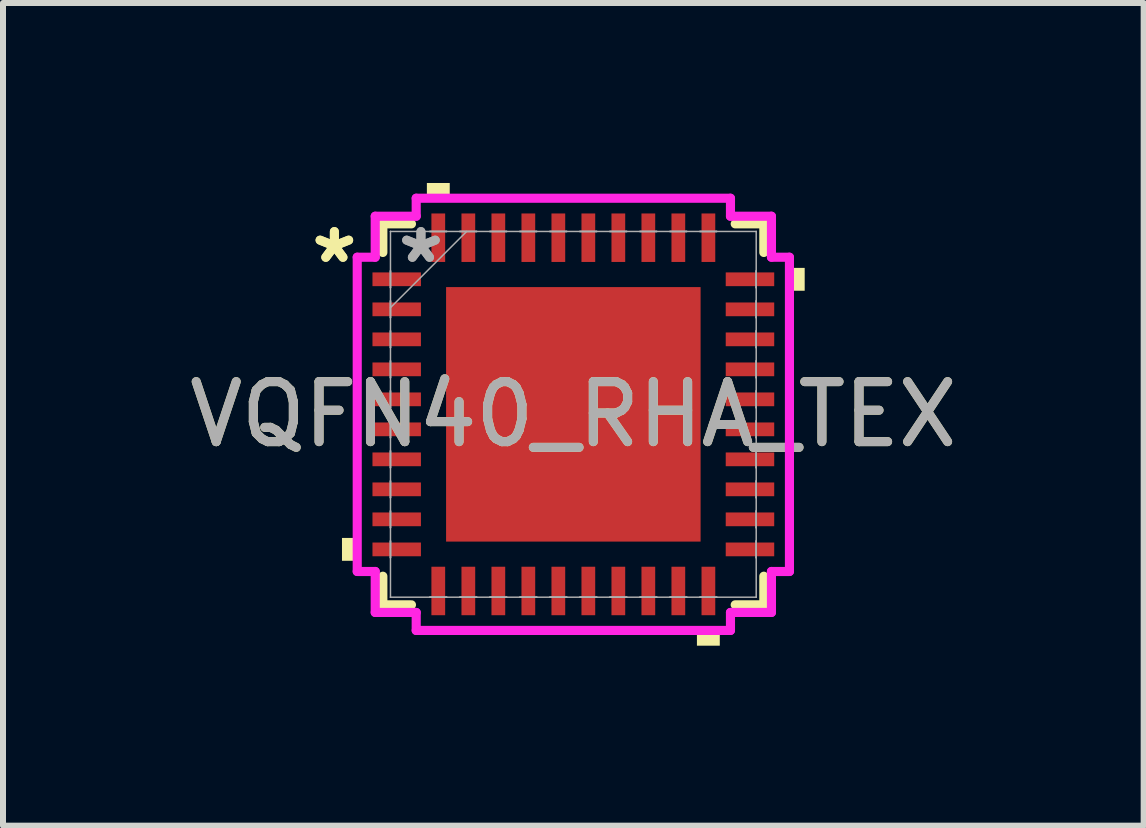
<source format=kicad_pcb>
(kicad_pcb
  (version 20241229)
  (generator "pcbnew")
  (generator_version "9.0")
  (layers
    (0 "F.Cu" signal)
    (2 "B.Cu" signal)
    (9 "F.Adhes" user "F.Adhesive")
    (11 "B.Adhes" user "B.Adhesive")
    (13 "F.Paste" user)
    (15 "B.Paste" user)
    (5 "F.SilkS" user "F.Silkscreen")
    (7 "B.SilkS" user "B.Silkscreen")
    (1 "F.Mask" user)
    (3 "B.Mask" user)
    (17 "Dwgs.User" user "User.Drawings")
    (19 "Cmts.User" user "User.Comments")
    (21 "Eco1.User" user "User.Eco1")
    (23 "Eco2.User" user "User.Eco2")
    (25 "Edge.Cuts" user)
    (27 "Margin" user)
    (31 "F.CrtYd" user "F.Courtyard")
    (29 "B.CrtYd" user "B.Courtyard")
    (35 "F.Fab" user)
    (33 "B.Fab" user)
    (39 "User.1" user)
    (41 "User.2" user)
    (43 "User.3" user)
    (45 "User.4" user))
  (footprint "VQFN40_RHA_TEX"
    (layer "F.Cu")
    (at 6.506 3.856)
    (property "Reference" "VQFN40_RHA_TEX" (at 0 0 0) (unlocked yes) (layer "F.SilkS") (effects (font (size 1 1) (thickness 0.15))))
    (attr smd)
    (fp_line (start -3.175 -3.175) (end -3.175 -2.698) (stroke (width 0.152) (type solid)) (layer "F.SilkS"))
    (fp_line (start -3.175 2.698) (end -3.175 3.175) (stroke (width 0.152) (type solid)) (layer "F.SilkS"))
    (fp_line (start -3.175 3.175) (end -2.698 3.175) (stroke (width 0.152) (type solid)) (layer "F.SilkS"))
    (fp_line (start -2.698 -3.175) (end -3.175 -3.175) (stroke (width 0.152) (type solid)) (layer "F.SilkS"))
    (fp_line (start 2.698 3.175) (end 3.175 3.175) (stroke (width 0.152) (type solid)) (layer "F.SilkS"))
    (fp_line (start 3.175 -3.175) (end 2.698 -3.175) (stroke (width 0.152) (type solid)) (layer "F.SilkS"))
    (fp_line (start 3.175 -2.698) (end 3.175 -3.175) (stroke (width 0.152) (type solid)) (layer "F.SilkS"))
    (fp_line (start 3.175 3.175) (end 3.175 2.698) (stroke (width 0.152) (type solid)) (layer "F.SilkS"))
    (fp_poly (pts (xy -3.856 2.06) (xy -3.856 2.441) (xy -3.602 2.441) (xy -3.602 2.06)) (stroke (width 0) (type solid)) (fill yes) (layer "F.SilkS"))
    (fp_poly (pts (xy -2.441 -3.602) (xy -2.441 -3.856) (xy -2.06 -3.856) (xy -2.06 -3.602)) (stroke (width 0) (type solid)) (fill yes) (layer "F.SilkS"))
    (fp_poly (pts (xy 2.06 3.602) (xy 2.06 3.856) (xy 2.441 3.856) (xy 2.441 3.602)) (stroke (width 0) (type solid)) (fill yes) (layer "F.SilkS"))
    (fp_poly (pts (xy 3.856 -2.441) (xy 3.856 -2.06) (xy 3.602 -2.06) (xy 3.602 -2.441)) (stroke (width 0) (type solid)) (fill yes) (layer "F.SilkS"))
    (fp_poly (pts (xy -2.021 -2.021) (xy -2.021 -0.807) (xy -0.807 -0.807) (xy -0.807 -2.021)) (stroke (width 0) (type solid)) (fill yes) (layer "F.Paste"))
    (fp_poly (pts (xy -2.021 -0.607) (xy -2.021 0.607) (xy -0.807 0.607) (xy -0.807 -0.607)) (stroke (width 0) (type solid)) (fill yes) (layer "F.Paste"))
    (fp_poly (pts (xy -2.021 0.807) (xy -2.021 2.021) (xy -0.807 2.021) (xy -0.807 0.807)) (stroke (width 0) (type solid)) (fill yes) (layer "F.Paste"))
    (fp_poly (pts (xy -0.607 -2.021) (xy -0.607 -0.807) (xy 0.607 -0.807) (xy 0.607 -2.021)) (stroke (width 0) (type solid)) (fill yes) (layer "F.Paste"))
    (fp_poly (pts (xy -0.607 -0.607) (xy -0.607 0.607) (xy 0.607 0.607) (xy 0.607 -0.607)) (stroke (width 0) (type solid)) (fill yes) (layer "F.Paste"))
    (fp_poly (pts (xy -0.607 0.807) (xy -0.607 2.021) (xy 0.607 2.021) (xy 0.607 0.807)) (stroke (width 0) (type solid)) (fill yes) (layer "F.Paste"))
    (fp_poly (pts (xy 0.807 -2.021) (xy 0.807 -0.807) (xy 2.021 -0.807) (xy 2.021 -2.021)) (stroke (width 0) (type solid)) (fill yes) (layer "F.Paste"))
    (fp_poly (pts (xy 0.807 -0.607) (xy 0.807 0.607) (xy 2.021 0.607) (xy 2.021 -0.607)) (stroke (width 0) (type solid)) (fill yes) (layer "F.Paste"))
    (fp_poly (pts (xy 0.807 0.807) (xy 0.807 2.021) (xy 2.021 2.021) (xy 2.021 0.807)) (stroke (width 0) (type solid)) (fill yes) (layer "F.Paste"))
    (fp_line (start -3.602 -2.619) (end -3.302 -2.619) (stroke (width 0.152) (type solid)) (layer "F.CrtYd"))
    (fp_line (start -3.602 2.619) (end -3.602 -2.619) (stroke (width 0.152) (type solid)) (layer "F.CrtYd"))
    (fp_line (start -3.302 -3.302) (end -2.619 -3.302) (stroke (width 0.152) (type solid)) (layer "F.CrtYd"))
    (fp_line (start -3.302 -2.619) (end -3.302 -3.302) (stroke (width 0.152) (type solid)) (layer "F.CrtYd"))
    (fp_line (start -3.302 2.619) (end -3.602 2.619) (stroke (width 0.152) (type solid)) (layer "F.CrtYd"))
    (fp_line (start -3.302 3.302) (end -3.302 2.619) (stroke (width 0.152) (type solid)) (layer "F.CrtYd"))
    (fp_line (start -2.619 -3.602) (end 2.619 -3.602) (stroke (width 0.152) (type solid)) (layer "F.CrtYd"))
    (fp_line (start -2.619 -3.302) (end -2.619 -3.602) (stroke (width 0.152) (type solid)) (layer "F.CrtYd"))
    (fp_line (start -2.619 3.302) (end -3.302 3.302) (stroke (width 0.152) (type solid)) (layer "F.CrtYd"))
    (fp_line (start -2.619 3.602) (end -2.619 3.302) (stroke (width 0.152) (type solid)) (layer "F.CrtYd"))
    (fp_line (start 2.619 -3.602) (end 2.619 -3.302) (stroke (width 0.152) (type solid)) (layer "F.CrtYd"))
    (fp_line (start 2.619 -3.302) (end 3.302 -3.302) (stroke (width 0.152) (type solid)) (layer "F.CrtYd"))
    (fp_line (start 2.619 3.302) (end 2.619 3.602) (stroke (width 0.152) (type solid)) (layer "F.CrtYd"))
    (fp_line (start 2.619 3.602) (end -2.619 3.602) (stroke (width 0.152) (type solid)) (layer "F.CrtYd"))
    (fp_line (start 3.302 -3.302) (end 3.302 -2.619) (stroke (width 0.152) (type solid)) (layer "F.CrtYd"))
    (fp_line (start 3.302 -2.619) (end 3.602 -2.619) (stroke (width 0.152) (type solid)) (layer "F.CrtYd"))
    (fp_line (start 3.302 2.619) (end 3.302 3.302) (stroke (width 0.152) (type solid)) (layer "F.CrtYd"))
    (fp_line (start 3.302 3.302) (end 2.619 3.302) (stroke (width 0.152) (type solid)) (layer "F.CrtYd"))
    (fp_line (start 3.602 -2.619) (end 3.602 2.619) (stroke (width 0.152) (type solid)) (layer "F.CrtYd"))
    (fp_line (start 3.602 2.619) (end 3.302 2.619) (stroke (width 0.152) (type solid)) (layer "F.CrtYd"))
    (fp_line (start -3.048 -3.048) (end -3.048 -3.048) (stroke (width 0.025) (type solid)) (layer "F.Fab"))
    (fp_line (start -3.048 -3.048) (end -3.048 3.048) (stroke (width 0.025) (type solid)) (layer "F.Fab"))
    (fp_line (start -3.048 -2.39) (end -3.048 -2.39) (stroke (width 0.025) (type solid)) (layer "F.Fab"))
    (fp_line (start -3.048 -2.39) (end -3.048 -2.111) (stroke (width 0.025) (type solid)) (layer "F.Fab"))
    (fp_line (start -3.048 -2.111) (end -3.048 -2.39) (stroke (width 0.025) (type solid)) (layer "F.Fab"))
    (fp_line (start -3.048 -2.111) (end -3.048 -2.111) (stroke (width 0.025) (type solid)) (layer "F.Fab"))
    (fp_line (start -3.048 -1.89) (end -3.048 -1.89) (stroke (width 0.025) (type solid)) (layer "F.Fab"))
    (fp_line (start -3.048 -1.89) (end -3.048 -1.611) (stroke (width 0.025) (type solid)) (layer "F.Fab"))
    (fp_line (start -3.048 -1.778) (end -1.778 -3.048) (stroke (width 0.025) (type solid)) (layer "F.Fab"))
    (fp_line (start -3.048 -1.611) (end -3.048 -1.89) (stroke (width 0.025) (type solid)) (layer "F.Fab"))
    (fp_line (start -3.048 -1.611) (end -3.048 -1.611) (stroke (width 0.025) (type solid)) (layer "F.Fab"))
    (fp_line (start -3.048 -1.39) (end -3.048 -1.39) (stroke (width 0.025) (type solid)) (layer "F.Fab"))
    (fp_line (start -3.048 -1.39) (end -3.048 -1.111) (stroke (width 0.025) (type solid)) (layer "F.Fab"))
    (fp_line (start -3.048 -1.111) (end -3.048 -1.39) (stroke (width 0.025) (type solid)) (layer "F.Fab"))
    (fp_line (start -3.048 -1.111) (end -3.048 -1.111) (stroke (width 0.025) (type solid)) (layer "F.Fab"))
    (fp_line (start -3.048 -0.89) (end -3.048 -0.89) (stroke (width 0.025) (type solid)) (layer "F.Fab"))
    (fp_line (start -3.048 -0.89) (end -3.048 -0.61) (stroke (width 0.025) (type solid)) (layer "F.Fab"))
    (fp_line (start -3.048 -0.61) (end -3.048 -0.89) (stroke (width 0.025) (type solid)) (layer "F.Fab"))
    (fp_line (start -3.048 -0.61) (end -3.048 -0.61) (stroke (width 0.025) (type solid)) (layer "F.Fab"))
    (fp_line (start -3.048 -0.39) (end -3.048 -0.39) (stroke (width 0.025) (type solid)) (layer "F.Fab"))
    (fp_line (start -3.048 -0.39) (end -3.048 -0.11) (stroke (width 0.025) (type solid)) (layer "F.Fab"))
    (fp_line (start -3.048 -0.11) (end -3.048 -0.39) (stroke (width 0.025) (type solid)) (layer "F.Fab"))
    (fp_line (start -3.048 -0.11) (end -3.048 -0.11) (stroke (width 0.025) (type solid)) (layer "F.Fab"))
    (fp_line (start -3.048 0.11) (end -3.048 0.11) (stroke (width 0.025) (type solid)) (layer "F.Fab"))
    (fp_line (start -3.048 0.11) (end -3.048 0.39) (stroke (width 0.025) (type solid)) (layer "F.Fab"))
    (fp_line (start -3.048 0.39) (end -3.048 0.11) (stroke (width 0.025) (type solid)) (layer "F.Fab"))
    (fp_line (start -3.048 0.39) (end -3.048 0.39) (stroke (width 0.025) (type solid)) (layer "F.Fab"))
    (fp_line (start -3.048 0.61) (end -3.048 0.61) (stroke (width 0.025) (type solid)) (layer "F.Fab"))
    (fp_line (start -3.048 0.61) (end -3.048 0.89) (stroke (width 0.025) (type solid)) (layer "F.Fab"))
    (fp_line (start -3.048 0.89) (end -3.048 0.61) (stroke (width 0.025) (type solid)) (layer "F.Fab"))
    (fp_line (start -3.048 0.89) (end -3.048 0.89) (stroke (width 0.025) (type solid)) (layer "F.Fab"))
    (fp_line (start -3.048 1.111) (end -3.048 1.111) (stroke (width 0.025) (type solid)) (layer "F.Fab"))
    (fp_line (start -3.048 1.111) (end -3.048 1.39) (stroke (width 0.025) (type solid)) (layer "F.Fab"))
    (fp_line (start -3.048 1.39) (end -3.048 1.111) (stroke (width 0.025) (type solid)) (layer "F.Fab"))
    (fp_line (start -3.048 1.39) (end -3.048 1.39) (stroke (width 0.025) (type solid)) (layer "F.Fab"))
    (fp_line (start -3.048 1.611) (end -3.048 1.611) (stroke (width 0.025) (type solid)) (layer "F.Fab"))
    (fp_line (start -3.048 1.611) (end -3.048 1.89) (stroke (width 0.025) (type solid)) (layer "F.Fab"))
    (fp_line (start -3.048 1.89) (end -3.048 1.611) (stroke (width 0.025) (type solid)) (layer "F.Fab"))
    (fp_line (start -3.048 1.89) (end -3.048 1.89) (stroke (width 0.025) (type solid)) (layer "F.Fab"))
    (fp_line (start -3.048 2.111) (end -3.048 2.111) (stroke (width 0.025) (type solid)) (layer "F.Fab"))
    (fp_line (start -3.048 2.111) (end -3.048 2.39) (stroke (width 0.025) (type solid)) (layer "F.Fab"))
    (fp_line (start -3.048 2.39) (end -3.048 2.111) (stroke (width 0.025) (type solid)) (layer "F.Fab"))
    (fp_line (start -3.048 2.39) (end -3.048 2.39) (stroke (width 0.025) (type solid)) (layer "F.Fab"))
    (fp_line (start -3.048 3.048) (end -3.048 3.048) (stroke (width 0.025) (type solid)) (layer "F.Fab"))
    (fp_line (start -3.048 3.048) (end 3.048 3.048) (stroke (width 0.025) (type solid)) (layer "F.Fab"))
    (fp_line (start -2.39 -3.048) (end -2.39 -3.048) (stroke (width 0.025) (type solid)) (layer "F.Fab"))
    (fp_line (start -2.39 -3.048) (end -2.111 -3.048) (stroke (width 0.025) (type solid)) (layer "F.Fab"))
    (fp_line (start -2.39 3.048) (end -2.39 3.048) (stroke (width 0.025) (type solid)) (layer "F.Fab"))
    (fp_line (start -2.39 3.048) (end -2.111 3.048) (stroke (width 0.025) (type solid)) (layer "F.Fab"))
    (fp_line (start -2.111 -3.048) (end -2.39 -3.048) (stroke (width 0.025) (type solid)) (layer "F.Fab"))
    (fp_line (start -2.111 -3.048) (end -2.111 -3.048) (stroke (width 0.025) (type solid)) (layer "F.Fab"))
    (fp_line (start -2.111 3.048) (end -2.39 3.048) (stroke (width 0.025) (type solid)) (layer "F.Fab"))
    (fp_line (start -2.111 3.048) (end -2.111 3.048) (stroke (width 0.025) (type solid)) (layer "F.Fab"))
    (fp_line (start -1.89 -3.048) (end -1.89 -3.048) (stroke (width 0.025) (type solid)) (layer "F.Fab"))
    (fp_line (start -1.89 -3.048) (end -1.611 -3.048) (stroke (width 0.025) (type solid)) (layer "F.Fab"))
    (fp_line (start -1.89 3.048) (end -1.89 3.048) (stroke (width 0.025) (type solid)) (layer "F.Fab"))
    (fp_line (start -1.89 3.048) (end -1.611 3.048) (stroke (width 0.025) (type solid)) (layer "F.Fab"))
    (fp_line (start -1.611 -3.048) (end -1.89 -3.048) (stroke (width 0.025) (type solid)) (layer "F.Fab"))
    (fp_line (start -1.611 -3.048) (end -1.611 -3.048) (stroke (width 0.025) (type solid)) (layer "F.Fab"))
    (fp_line (start -1.611 3.048) (end -1.89 3.048) (stroke (width 0.025) (type solid)) (layer "F.Fab"))
    (fp_line (start -1.611 3.048) (end -1.611 3.048) (stroke (width 0.025) (type solid)) (layer "F.Fab"))
    (fp_line (start -1.39 -3.048) (end -1.39 -3.048) (stroke (width 0.025) (type solid)) (layer "F.Fab"))
    (fp_line (start -1.39 -3.048) (end -1.111 -3.048) (stroke (width 0.025) (type solid)) (layer "F.Fab"))
    (fp_line (start -1.39 3.048) (end -1.39 3.048) (stroke (width 0.025) (type solid)) (layer "F.Fab"))
    (fp_line (start -1.39 3.048) (end -1.111 3.048) (stroke (width 0.025) (type solid)) (layer "F.Fab"))
    (fp_line (start -1.111 -3.048) (end -1.39 -3.048) (stroke (width 0.025) (type solid)) (layer "F.Fab"))
    (fp_line (start -1.111 -3.048) (end -1.111 -3.048) (stroke (width 0.025) (type solid)) (layer "F.Fab"))
    (fp_line (start -1.111 3.048) (end -1.39 3.048) (stroke (width 0.025) (type solid)) (layer "F.Fab"))
    (fp_line (start -1.111 3.048) (end -1.111 3.048) (stroke (width 0.025) (type solid)) (layer "F.Fab"))
    (fp_line (start -0.89 -3.048) (end -0.89 -3.048) (stroke (width 0.025) (type solid)) (layer "F.Fab"))
    (fp_line (start -0.89 -3.048) (end -0.61 -3.048) (stroke (width 0.025) (type solid)) (layer "F.Fab"))
    (fp_line (start -0.89 3.048) (end -0.89 3.048) (stroke (width 0.025) (type solid)) (layer "F.Fab"))
    (fp_line (start -0.89 3.048) (end -0.61 3.048) (stroke (width 0.025) (type solid)) (layer "F.Fab"))
    (fp_line (start -0.61 -3.048) (end -0.89 -3.048) (stroke (width 0.025) (type solid)) (layer "F.Fab"))
    (fp_line (start -0.61 -3.048) (end -0.61 -3.048) (stroke (width 0.025) (type solid)) (layer "F.Fab"))
    (fp_line (start -0.61 3.048) (end -0.89 3.048) (stroke (width 0.025) (type solid)) (layer "F.Fab"))
    (fp_line (start -0.61 3.048) (end -0.61 3.048) (stroke (width 0.025) (type solid)) (layer "F.Fab"))
    (fp_line (start -0.39 -3.048) (end -0.39 -3.048) (stroke (width 0.025) (type solid)) (layer "F.Fab"))
    (fp_line (start -0.39 -3.048) (end -0.11 -3.048) (stroke (width 0.025) (type solid)) (layer "F.Fab"))
    (fp_line (start -0.39 3.048) (end -0.39 3.048) (stroke (width 0.025) (type solid)) (layer "F.Fab"))
    (fp_line (start -0.39 3.048) (end -0.11 3.048) (stroke (width 0.025) (type solid)) (layer "F.Fab"))
    (fp_line (start -0.11 -3.048) (end -0.39 -3.048) (stroke (width 0.025) (type solid)) (layer "F.Fab"))
    (fp_line (start -0.11 -3.048) (end -0.11 -3.048) (stroke (width 0.025) (type solid)) (layer "F.Fab"))
    (fp_line (start -0.11 3.048) (end -0.39 3.048) (stroke (width 0.025) (type solid)) (layer "F.Fab"))
    (fp_line (start -0.11 3.048) (end -0.11 3.048) (stroke (width 0.025) (type solid)) (layer "F.Fab"))
    (fp_line (start 0.11 -3.048) (end 0.11 -3.048) (stroke (width 0.025) (type solid)) (layer "F.Fab"))
    (fp_line (start 0.11 -3.048) (end 0.39 -3.048) (stroke (width 0.025) (type solid)) (layer "F.Fab"))
    (fp_line (start 0.11 3.048) (end 0.11 3.048) (stroke (width 0.025) (type solid)) (layer "F.Fab"))
    (fp_line (start 0.11 3.048) (end 0.39 3.048) (stroke (width 0.025) (type solid)) (layer "F.Fab"))
    (fp_line (start 0.39 -3.048) (end 0.11 -3.048) (stroke (width 0.025) (type solid)) (layer "F.Fab"))
    (fp_line (start 0.39 -3.048) (end 0.39 -3.048) (stroke (width 0.025) (type solid)) (layer "F.Fab"))
    (fp_line (start 0.39 3.048) (end 0.11 3.048) (stroke (width 0.025) (type solid)) (layer "F.Fab"))
    (fp_line (start 0.39 3.048) (end 0.39 3.048) (stroke (width 0.025) (type solid)) (layer "F.Fab"))
    (fp_line (start 0.61 -3.048) (end 0.61 -3.048) (stroke (width 0.025) (type solid)) (layer "F.Fab"))
    (fp_line (start 0.61 -3.048) (end 0.89 -3.048) (stroke (width 0.025) (type solid)) (layer "F.Fab"))
    (fp_line (start 0.61 3.048) (end 0.61 3.048) (stroke (width 0.025) (type solid)) (layer "F.Fab"))
    (fp_line (start 0.61 3.048) (end 0.89 3.048) (stroke (width 0.025) (type solid)) (layer "F.Fab"))
    (fp_line (start 0.89 -3.048) (end 0.61 -3.048) (stroke (width 0.025) (type solid)) (layer "F.Fab"))
    (fp_line (start 0.89 -3.048) (end 0.89 -3.048) (stroke (width 0.025) (type solid)) (layer "F.Fab"))
    (fp_line (start 0.89 3.048) (end 0.61 3.048) (stroke (width 0.025) (type solid)) (layer "F.Fab"))
    (fp_line (start 0.89 3.048) (end 0.89 3.048) (stroke (width 0.025) (type solid)) (layer "F.Fab"))
    (fp_line (start 1.111 -3.048) (end 1.111 -3.048) (stroke (width 0.025) (type solid)) (layer "F.Fab"))
    (fp_line (start 1.111 -3.048) (end 1.39 -3.048) (stroke (width 0.025) (type solid)) (layer "F.Fab"))
    (fp_line (start 1.111 3.048) (end 1.111 3.048) (stroke (width 0.025) (type solid)) (layer "F.Fab"))
    (fp_line (start 1.111 3.048) (end 1.39 3.048) (stroke (width 0.025) (type solid)) (layer "F.Fab"))
    (fp_line (start 1.39 -3.048) (end 1.111 -3.048) (stroke (width 0.025) (type solid)) (layer "F.Fab"))
    (fp_line (start 1.39 -3.048) (end 1.39 -3.048) (stroke (width 0.025) (type solid)) (layer "F.Fab"))
    (fp_line (start 1.39 3.048) (end 1.111 3.048) (stroke (width 0.025) (type solid)) (layer "F.Fab"))
    (fp_line (start 1.39 3.048) (end 1.39 3.048) (stroke (width 0.025) (type solid)) (layer "F.Fab"))
    (fp_line (start 1.611 -3.048) (end 1.611 -3.048) (stroke (width 0.025) (type solid)) (layer "F.Fab"))
    (fp_line (start 1.611 -3.048) (end 1.89 -3.048) (stroke (width 0.025) (type solid)) (layer "F.Fab"))
    (fp_line (start 1.611 3.048) (end 1.611 3.048) (stroke (width 0.025) (type solid)) (layer "F.Fab"))
    (fp_line (start 1.611 3.048) (end 1.89 3.048) (stroke (width 0.025) (type solid)) (layer "F.Fab"))
    (fp_line (start 1.89 -3.048) (end 1.611 -3.048) (stroke (width 0.025) (type solid)) (layer "F.Fab"))
    (fp_line (start 1.89 -3.048) (end 1.89 -3.048) (stroke (width 0.025) (type solid)) (layer "F.Fab"))
    (fp_line (start 1.89 3.048) (end 1.611 3.048) (stroke (width 0.025) (type solid)) (layer "F.Fab"))
    (fp_line (start 1.89 3.048) (end 1.89 3.048) (stroke (width 0.025) (type solid)) (layer "F.Fab"))
    (fp_line (start 2.111 -3.048) (end 2.111 -3.048) (stroke (width 0.025) (type solid)) (layer "F.Fab"))
    (fp_line (start 2.111 -3.048) (end 2.39 -3.048) (stroke (width 0.025) (type solid)) (layer "F.Fab"))
    (fp_line (start 2.111 3.048) (end 2.111 3.048) (stroke (width 0.025) (type solid)) (layer "F.Fab"))
    (fp_line (start 2.111 3.048) (end 2.39 3.048) (stroke (width 0.025) (type solid)) (layer "F.Fab"))
    (fp_line (start 2.39 -3.048) (end 2.111 -3.048) (stroke (width 0.025) (type solid)) (layer "F.Fab"))
    (fp_line (start 2.39 -3.048) (end 2.39 -3.048) (stroke (width 0.025) (type solid)) (layer "F.Fab"))
    (fp_line (start 2.39 3.048) (end 2.111 3.048) (stroke (width 0.025) (type solid)) (layer "F.Fab"))
    (fp_line (start 2.39 3.048) (end 2.39 3.048) (stroke (width 0.025) (type solid)) (layer "F.Fab"))
    (fp_line (start 3.048 -3.048) (end -3.048 -3.048) (stroke (width 0.025) (type solid)) (layer "F.Fab"))
    (fp_line (start 3.048 -3.048) (end 3.048 -3.048) (stroke (width 0.025) (type solid)) (layer "F.Fab"))
    (fp_line (start 3.048 -2.39) (end 3.048 -2.39) (stroke (width 0.025) (type solid)) (layer "F.Fab"))
    (fp_line (start 3.048 -2.39) (end 3.048 -2.111) (stroke (width 0.025) (type solid)) (layer "F.Fab"))
    (fp_line (start 3.048 -2.111) (end 3.048 -2.39) (stroke (width 0.025) (type solid)) (layer "F.Fab"))
    (fp_line (start 3.048 -2.111) (end 3.048 -2.111) (stroke (width 0.025) (type solid)) (layer "F.Fab"))
    (fp_line (start 3.048 -1.89) (end 3.048 -1.89) (stroke (width 0.025) (type solid)) (layer "F.Fab"))
    (fp_line (start 3.048 -1.89) (end 3.048 -1.611) (stroke (width 0.025) (type solid)) (layer "F.Fab"))
    (fp_line (start 3.048 -1.611) (end 3.048 -1.89) (stroke (width 0.025) (type solid)) (layer "F.Fab"))
    (fp_line (start 3.048 -1.611) (end 3.048 -1.611) (stroke (width 0.025) (type solid)) (layer "F.Fab"))
    (fp_line (start 3.048 -1.39) (end 3.048 -1.39) (stroke (width 0.025) (type solid)) (layer "F.Fab"))
    (fp_line (start 3.048 -1.39) (end 3.048 -1.111) (stroke (width 0.025) (type solid)) (layer "F.Fab"))
    (fp_line (start 3.048 -1.111) (end 3.048 -1.39) (stroke (width 0.025) (type solid)) (layer "F.Fab"))
    (fp_line (start 3.048 -1.111) (end 3.048 -1.111) (stroke (width 0.025) (type solid)) (layer "F.Fab"))
    (fp_line (start 3.048 -0.89) (end 3.048 -0.89) (stroke (width 0.025) (type solid)) (layer "F.Fab"))
    (fp_line (start 3.048 -0.89) (end 3.048 -0.61) (stroke (width 0.025) (type solid)) (layer "F.Fab"))
    (fp_line (start 3.048 -0.61) (end 3.048 -0.89) (stroke (width 0.025) (type solid)) (layer "F.Fab"))
    (fp_line (start 3.048 -0.61) (end 3.048 -0.61) (stroke (width 0.025) (type solid)) (layer "F.Fab"))
    (fp_line (start 3.048 -0.39) (end 3.048 -0.39) (stroke (width 0.025) (type solid)) (layer "F.Fab"))
    (fp_line (start 3.048 -0.39) (end 3.048 -0.11) (stroke (width 0.025) (type solid)) (layer "F.Fab"))
    (fp_line (start 3.048 -0.11) (end 3.048 -0.39) (stroke (width 0.025) (type solid)) (layer "F.Fab"))
    (fp_line (start 3.048 -0.11) (end 3.048 -0.11) (stroke (width 0.025) (type solid)) (layer "F.Fab"))
    (fp_line (start 3.048 0.11) (end 3.048 0.11) (stroke (width 0.025) (type solid)) (layer "F.Fab"))
    (fp_line (start 3.048 0.11) (end 3.048 0.39) (stroke (width 0.025) (type solid)) (layer "F.Fab"))
    (fp_line (start 3.048 0.39) (end 3.048 0.11) (stroke (width 0.025) (type solid)) (layer "F.Fab"))
    (fp_line (start 3.048 0.39) (end 3.048 0.39) (stroke (width 0.025) (type solid)) (layer "F.Fab"))
    (fp_line (start 3.048 0.61) (end 3.048 0.61) (stroke (width 0.025) (type solid)) (layer "F.Fab"))
    (fp_line (start 3.048 0.61) (end 3.048 0.89) (stroke (width 0.025) (type solid)) (layer "F.Fab"))
    (fp_line (start 3.048 0.89) (end 3.048 0.61) (stroke (width 0.025) (type solid)) (layer "F.Fab"))
    (fp_line (start 3.048 0.89) (end 3.048 0.89) (stroke (width 0.025) (type solid)) (layer "F.Fab"))
    (fp_line (start 3.048 1.111) (end 3.048 1.111) (stroke (width 0.025) (type solid)) (layer "F.Fab"))
    (fp_line (start 3.048 1.111) (end 3.048 1.39) (stroke (width 0.025) (type solid)) (layer "F.Fab"))
    (fp_line (start 3.048 1.39) (end 3.048 1.111) (stroke (width 0.025) (type solid)) (layer "F.Fab"))
    (fp_line (start 3.048 1.39) (end 3.048 1.39) (stroke (width 0.025) (type solid)) (layer "F.Fab"))
    (fp_line (start 3.048 1.611) (end 3.048 1.611) (stroke (width 0.025) (type solid)) (layer "F.Fab"))
    (fp_line (start 3.048 1.611) (end 3.048 1.89) (stroke (width 0.025) (type solid)) (layer "F.Fab"))
    (fp_line (start 3.048 1.89) (end 3.048 1.611) (stroke (width 0.025) (type solid)) (layer "F.Fab"))
    (fp_line (start 3.048 1.89) (end 3.048 1.89) (stroke (width 0.025) (type solid)) (layer "F.Fab"))
    (fp_line (start 3.048 2.111) (end 3.048 2.111) (stroke (width 0.025) (type solid)) (layer "F.Fab"))
    (fp_line (start 3.048 2.111) (end 3.048 2.39) (stroke (width 0.025) (type solid)) (layer "F.Fab"))
    (fp_line (start 3.048 2.39) (end 3.048 2.111) (stroke (width 0.025) (type solid)) (layer "F.Fab"))
    (fp_line (start 3.048 2.39) (end 3.048 2.39) (stroke (width 0.025) (type solid)) (layer "F.Fab"))
    (fp_line (start 3.048 3.048) (end 3.048 -3.048) (stroke (width 0.025) (type solid)) (layer "F.Fab"))
    (fp_line (start 3.048 3.048) (end 3.048 3.048) (stroke (width 0.025) (type solid)) (layer "F.Fab"))
    (fp_text user "*" (at -3.983 -2.501 0) (unlocked yes) (layer "F.SilkS") (effects (font (size 1 1) (thickness 0.15))))
    (fp_text user "*" (at -3.983 -2.501 0) (layer "F.SilkS") (effects (font (size 1 1) (thickness 0.15))))
    (fp_text user "*" (at -2.54 -2.501 0) (layer "F.Fab") (effects (font (size 1 1) (thickness 0.15))))
    (fp_text user "*" (at -2.54 -2.501 0) (unlocked yes) (layer "F.Fab") (effects (font (size 1 1) (thickness 0.15))))
    (fp_text user "${REFERENCE}" (at 0 0 0) (unlocked yes) (layer "F.Fab") (effects (font (size 1 1) (thickness 0.15))))
    (pad "1" smd rect (at -2.944 -2.251 90) (size 0.229 0.808) (layers "F.Cu" "F.Mask" "F.Paste"))
    (pad "2" smd rect (at -2.944 -1.75 90) (size 0.229 0.808) (layers "F.Cu" "F.Mask" "F.Paste"))
    (pad "3" smd rect (at -2.944 -1.25 90) (size 0.229 0.808) (layers "F.Cu" "F.Mask" "F.Paste"))
    (pad "4" smd rect (at -2.944 -0.75 90) (size 0.229 0.808) (layers "F.Cu" "F.Mask" "F.Paste"))
    (pad "5" smd rect (at -2.944 -0.25 90) (size 0.229 0.808) (layers "F.Cu" "F.Mask" "F.Paste"))
    (pad "6" smd rect (at -2.944 0.25 90) (size 0.229 0.808) (layers "F.Cu" "F.Mask" "F.Paste"))
    (pad "7" smd rect (at -2.944 0.75 90) (size 0.229 0.808) (layers "F.Cu" "F.Mask" "F.Paste"))
    (pad "8" smd rect (at -2.944 1.25 90) (size 0.229 0.808) (layers "F.Cu" "F.Mask" "F.Paste"))
    (pad "9" smd rect (at -2.944 1.75 90) (size 0.229 0.808) (layers "F.Cu" "F.Mask" "F.Paste"))
    (pad "10" smd rect (at -2.944 2.251 90) (size 0.229 0.808) (layers "F.Cu" "F.Mask" "F.Paste"))
    (pad "11" smd rect (at -2.251 2.944) (size 0.229 0.808) (layers "F.Cu" "F.Mask" "F.Paste"))
    (pad "12" smd rect (at -1.75 2.944) (size 0.229 0.808) (layers "F.Cu" "F.Mask" "F.Paste"))
    (pad "13" smd rect (at -1.25 2.944) (size 0.229 0.808) (layers "F.Cu" "F.Mask" "F.Paste"))
    (pad "14" smd rect (at -0.75 2.944) (size 0.229 0.808) (layers "F.Cu" "F.Mask" "F.Paste"))
    (pad "15" smd rect (at -0.25 2.944) (size 0.229 0.808) (layers "F.Cu" "F.Mask" "F.Paste"))
    (pad "16" smd rect (at 0.25 2.944) (size 0.229 0.808) (layers "F.Cu" "F.Mask" "F.Paste"))
    (pad "17" smd rect (at 0.75 2.944) (size 0.229 0.808) (layers "F.Cu" "F.Mask" "F.Paste"))
    (pad "18" smd rect (at 1.25 2.944) (size 0.229 0.808) (layers "F.Cu" "F.Mask" "F.Paste"))
    (pad "19" smd rect (at 1.75 2.944) (size 0.229 0.808) (layers "F.Cu" "F.Mask" "F.Paste"))
    (pad "20" smd rect (at 2.251 2.944) (size 0.229 0.808) (layers "F.Cu" "F.Mask" "F.Paste"))
    (pad "21" smd rect (at 2.944 2.251 90) (size 0.229 0.808) (layers "F.Cu" "F.Mask" "F.Paste"))
    (pad "22" smd rect (at 2.944 1.75 90) (size 0.229 0.808) (layers "F.Cu" "F.Mask" "F.Paste"))
    (pad "23" smd rect (at 2.944 1.25 90) (size 0.229 0.808) (layers "F.Cu" "F.Mask" "F.Paste"))
    (pad "24" smd rect (at 2.944 0.75 90) (size 0.229 0.808) (layers "F.Cu" "F.Mask" "F.Paste"))
    (pad "25" smd rect (at 2.944 0.25 90) (size 0.229 0.808) (layers "F.Cu" "F.Mask" "F.Paste"))
    (pad "26" smd rect (at 2.944 -0.25 90) (size 0.229 0.808) (layers "F.Cu" "F.Mask" "F.Paste"))
    (pad "27" smd rect (at 2.944 -0.75 90) (size 0.229 0.808) (layers "F.Cu" "F.Mask" "F.Paste"))
    (pad "28" smd rect (at 2.944 -1.25 90) (size 0.229 0.808) (layers "F.Cu" "F.Mask" "F.Paste"))
    (pad "29" smd rect (at 2.944 -1.75 90) (size 0.229 0.808) (layers "F.Cu" "F.Mask" "F.Paste"))
    (pad "30" smd rect (at 2.944 -2.251 90) (size 0.229 0.808) (layers "F.Cu" "F.Mask" "F.Paste"))
    (pad "31" smd rect (at 2.251 -2.944) (size 0.229 0.808) (layers "F.Cu" "F.Mask" "F.Paste"))
    (pad "32" smd rect (at 1.75 -2.944) (size 0.229 0.808) (layers "F.Cu" "F.Mask" "F.Paste"))
    (pad "33" smd rect (at 1.25 -2.944) (size 0.229 0.808) (layers "F.Cu" "F.Mask" "F.Paste"))
    (pad "34" smd rect (at 0.75 -2.944) (size 0.229 0.808) (layers "F.Cu" "F.Mask" "F.Paste"))
    (pad "35" smd rect (at 0.25 -2.944) (size 0.229 0.808) (layers "F.Cu" "F.Mask" "F.Paste"))
    (pad "36" smd rect (at -0.25 -2.944) (size 0.229 0.808) (layers "F.Cu" "F.Mask" "F.Paste"))
    (pad "37" smd rect (at -0.75 -2.944) (size 0.229 0.808) (layers "F.Cu" "F.Mask" "F.Paste"))
    (pad "38" smd rect (at -1.25 -2.944) (size 0.229 0.808) (layers "F.Cu" "F.Mask" "F.Paste"))
    (pad "39" smd rect (at -1.75 -2.944) (size 0.229 0.808) (layers "F.Cu" "F.Mask" "F.Paste"))
    (pad "40" smd rect (at -2.251 -2.944) (size 0.229 0.808) (layers "F.Cu" "F.Mask" "F.Paste"))
    (pad "41" smd rect (at 0 0) (size 4.242 4.242) (layers "F.Cu" "F.Mask" "F.Paste")))
  (gr_rect
    (start -3 -3)
    (end 16.012 10.712)
    (stroke (width 0.1) (type default))
    (fill no)
    (layer "Edge.Cuts")))
</source>
